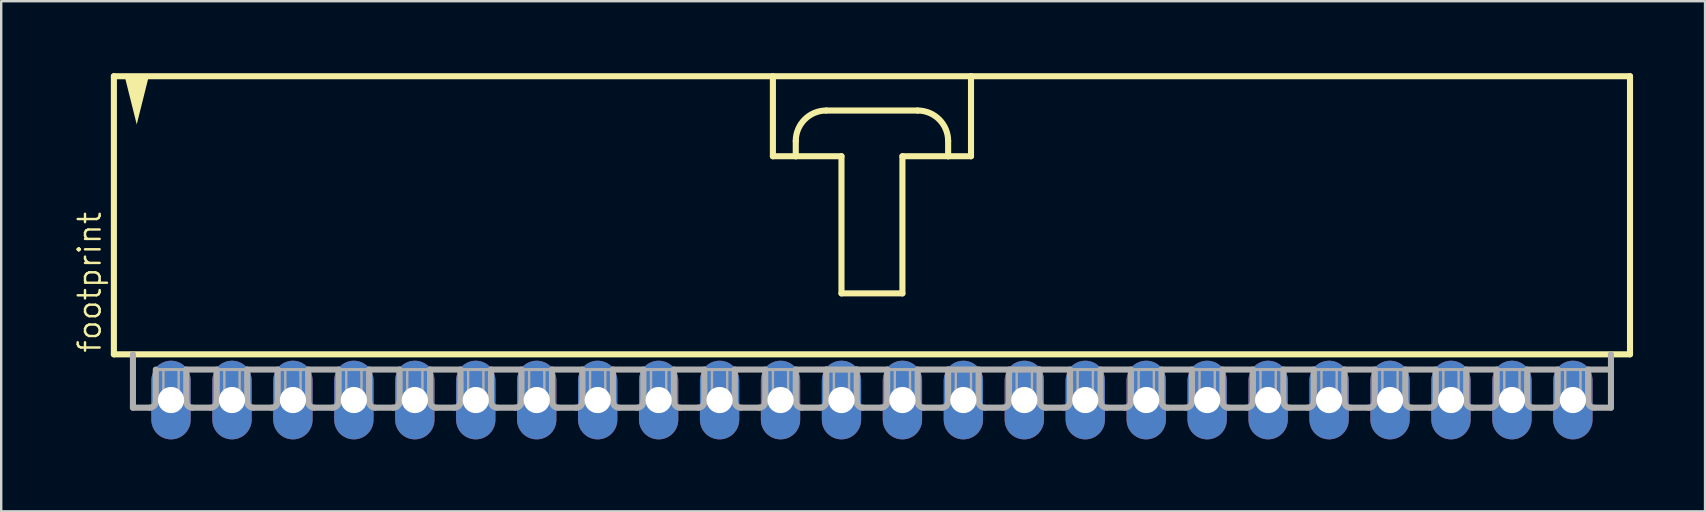
<source format=kicad_pcb>
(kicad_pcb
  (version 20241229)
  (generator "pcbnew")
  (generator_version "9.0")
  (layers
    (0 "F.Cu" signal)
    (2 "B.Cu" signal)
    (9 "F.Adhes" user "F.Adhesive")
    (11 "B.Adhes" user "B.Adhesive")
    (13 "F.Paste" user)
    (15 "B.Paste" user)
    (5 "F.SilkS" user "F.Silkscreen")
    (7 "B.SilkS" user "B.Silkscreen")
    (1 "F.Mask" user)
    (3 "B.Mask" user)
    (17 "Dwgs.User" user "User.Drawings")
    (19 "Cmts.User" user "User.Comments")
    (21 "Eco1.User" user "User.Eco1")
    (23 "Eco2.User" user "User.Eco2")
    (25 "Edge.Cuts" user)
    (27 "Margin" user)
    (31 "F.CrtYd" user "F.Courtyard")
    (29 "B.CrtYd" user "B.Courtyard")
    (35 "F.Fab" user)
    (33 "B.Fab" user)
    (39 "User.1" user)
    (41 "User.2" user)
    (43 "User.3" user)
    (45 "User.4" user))
  (footprint "footprint"
    (layer "F.Cu")
    (at 33.287 6.001)
    (property "Reference" "footprint" (at -32.068 5.715 90) (layer "F.SilkS") (effects (font (size 0.914 0.914) (thickness 0.102)) (justify left bottom)))
    (fp_line (start -31.591 -5.874) (end -31.591 5.715) (stroke (width 0.254) (type solid)) (layer "F.SilkS"))
    (fp_line (start -31.591 5.715) (end 31.591 5.715) (stroke (width 0.254) (type solid)) (layer "F.SilkS"))
    (fp_line (start -4.128 -5.874) (end -4.128 -2.54) (stroke (width 0.254) (type solid)) (layer "F.SilkS"))
    (fp_line (start -4.128 -2.54) (end -3.175 -2.54) (stroke (width 0.254) (type solid)) (layer "F.SilkS"))
    (fp_line (start -3.175 -2.54) (end -3.175 -3.175) (stroke (width 0.254) (type solid)) (layer "F.SilkS"))
    (fp_line (start -3.175 -2.54) (end -1.27 -2.54) (stroke (width 0.254) (type solid)) (layer "F.SilkS"))
    (fp_line (start -1.905 -4.445) (end 1.905 -4.445) (stroke (width 0.254) (type solid)) (layer "F.SilkS"))
    (fp_line (start -1.27 -2.54) (end -1.27 3.175) (stroke (width 0.254) (type solid)) (layer "F.SilkS"))
    (fp_line (start -1.27 3.175) (end 1.27 3.175) (stroke (width 0.254) (type solid)) (layer "F.SilkS"))
    (fp_line (start 1.27 -2.54) (end 3.175 -2.54) (stroke (width 0.254) (type solid)) (layer "F.SilkS"))
    (fp_line (start 1.27 3.175) (end 1.27 -2.54) (stroke (width 0.254) (type solid)) (layer "F.SilkS"))
    (fp_line (start 3.175 -3.175) (end 3.175 -2.54) (stroke (width 0.254) (type solid)) (layer "F.SilkS"))
    (fp_line (start 3.175 -2.54) (end 4.128 -2.54) (stroke (width 0.254) (type solid)) (layer "F.SilkS"))
    (fp_line (start 4.128 -5.874) (end -31.591 -5.874) (stroke (width 0.254) (type solid)) (layer "F.SilkS"))
    (fp_line (start 4.128 -2.54) (end 4.128 -5.874) (stroke (width 0.254) (type solid)) (layer "F.SilkS"))
    (fp_line (start 31.591 -5.874) (end 4.128 -5.874) (stroke (width 0.254) (type solid)) (layer "F.SilkS"))
    (fp_line (start 31.591 5.715) (end 31.591 -5.874) (stroke (width 0.254) (type solid)) (layer "F.SilkS"))
    (fp_arc (start -3.175 -3.175) (mid -2.803026 -4.073026) (end -1.905 -4.445) (stroke (width 0.254) (type solid)) (layer "F.SilkS"))
    (fp_arc (start 1.905 -4.445) (mid 2.803026 -4.073026) (end 3.175 -3.175) (stroke (width 0.254) (type solid)) (layer "F.SilkS"))
    (fp_poly (pts (xy -30.639 -3.864) (xy -31.148 -5.899) (xy -30.13 -5.899)) (stroke (width 0) (type solid)) (fill yes) (layer "F.SilkS"))
    (fp_line (start -30.797 5.715) (end -30.797 7.938) (stroke (width 0.254) (type solid)) (layer "F.Fab"))
    (fp_line (start -30.099 7.938) (end -30.797 7.938) (stroke (width 0.254) (type solid)) (layer "F.Fab"))
    (fp_line (start -29.845 6.35) (end -29.845 7.684) (stroke (width 0.254) (type solid)) (layer "F.Fab"))
    (fp_line (start -29.845 6.35) (end -28.575 6.35) (stroke (width 0.127) (type solid)) (layer "F.Fab"))
    (fp_line (start -28.575 6.35) (end -28.575 7.684) (stroke (width 0.254) (type solid)) (layer "F.Fab"))
    (fp_line (start -28.575 6.35) (end -27.305 6.35) (stroke (width 0.254) (type solid)) (layer "F.Fab"))
    (fp_line (start -27.559 7.938) (end -28.321 7.938) (stroke (width 0.254) (type solid)) (layer "F.Fab"))
    (fp_line (start -27.305 6.35) (end -27.305 7.684) (stroke (width 0.254) (type solid)) (layer "F.Fab"))
    (fp_line (start -27.305 6.35) (end -26.035 6.35) (stroke (width 0.127) (type solid)) (layer "F.Fab"))
    (fp_line (start -26.035 6.35) (end -26.035 7.684) (stroke (width 0.254) (type solid)) (layer "F.Fab"))
    (fp_line (start -26.035 6.35) (end -24.765 6.35) (stroke (width 0.254) (type solid)) (layer "F.Fab"))
    (fp_line (start -25.019 7.938) (end -25.781 7.938) (stroke (width 0.254) (type solid)) (layer "F.Fab"))
    (fp_line (start -24.765 6.35) (end -24.765 7.684) (stroke (width 0.254) (type solid)) (layer "F.Fab"))
    (fp_line (start -24.765 6.35) (end -23.495 6.35) (stroke (width 0.127) (type solid)) (layer "F.Fab"))
    (fp_line (start -23.495 6.35) (end -23.495 7.684) (stroke (width 0.254) (type solid)) (layer "F.Fab"))
    (fp_line (start -23.495 6.35) (end -22.225 6.35) (stroke (width 0.254) (type solid)) (layer "F.Fab"))
    (fp_line (start -22.479 7.938) (end -23.241 7.938) (stroke (width 0.254) (type solid)) (layer "F.Fab"))
    (fp_line (start -22.225 6.35) (end -22.225 7.684) (stroke (width 0.254) (type solid)) (layer "F.Fab"))
    (fp_line (start -22.225 6.35) (end -20.955 6.35) (stroke (width 0.127) (type solid)) (layer "F.Fab"))
    (fp_line (start -20.955 6.35) (end -20.955 7.684) (stroke (width 0.254) (type solid)) (layer "F.Fab"))
    (fp_line (start -20.955 6.35) (end -19.685 6.35) (stroke (width 0.254) (type solid)) (layer "F.Fab"))
    (fp_line (start -19.939 7.938) (end -20.701 7.938) (stroke (width 0.254) (type solid)) (layer "F.Fab"))
    (fp_line (start -19.685 6.35) (end -19.685 7.684) (stroke (width 0.254) (type solid)) (layer "F.Fab"))
    (fp_line (start -19.685 6.35) (end -18.415 6.35) (stroke (width 0.127) (type solid)) (layer "F.Fab"))
    (fp_line (start -18.415 6.35) (end -18.415 7.684) (stroke (width 0.254) (type solid)) (layer "F.Fab"))
    (fp_line (start -18.415 6.35) (end -17.145 6.35) (stroke (width 0.254) (type solid)) (layer "F.Fab"))
    (fp_line (start -17.399 7.938) (end -18.161 7.938) (stroke (width 0.254) (type solid)) (layer "F.Fab"))
    (fp_line (start -17.145 6.35) (end -17.145 7.684) (stroke (width 0.254) (type solid)) (layer "F.Fab"))
    (fp_line (start -17.145 6.35) (end -15.875 6.35) (stroke (width 0.127) (type solid)) (layer "F.Fab"))
    (fp_line (start -15.875 6.35) (end -15.875 7.684) (stroke (width 0.254) (type solid)) (layer "F.Fab"))
    (fp_line (start -15.875 6.35) (end -14.605 6.35) (stroke (width 0.254) (type solid)) (layer "F.Fab"))
    (fp_line (start -14.859 7.938) (end -15.621 7.938) (stroke (width 0.254) (type solid)) (layer "F.Fab"))
    (fp_line (start -14.605 6.35) (end -14.605 7.684) (stroke (width 0.254) (type solid)) (layer "F.Fab"))
    (fp_line (start -14.605 6.35) (end -13.335 6.35) (stroke (width 0.127) (type solid)) (layer "F.Fab"))
    (fp_line (start -13.335 6.35) (end -13.335 7.684) (stroke (width 0.254) (type solid)) (layer "F.Fab"))
    (fp_line (start -13.335 6.35) (end -12.065 6.35) (stroke (width 0.254) (type solid)) (layer "F.Fab"))
    (fp_line (start -12.319 7.938) (end -13.081 7.938) (stroke (width 0.254) (type solid)) (layer "F.Fab"))
    (fp_line (start -12.065 6.35) (end -12.065 7.684) (stroke (width 0.254) (type solid)) (layer "F.Fab"))
    (fp_line (start -12.065 6.35) (end -10.795 6.35) (stroke (width 0.127) (type solid)) (layer "F.Fab"))
    (fp_line (start -10.795 6.35) (end -10.795 7.684) (stroke (width 0.254) (type solid)) (layer "F.Fab"))
    (fp_line (start -10.795 6.35) (end -9.525 6.35) (stroke (width 0.254) (type solid)) (layer "F.Fab"))
    (fp_line (start -9.779 7.938) (end -10.541 7.938) (stroke (width 0.254) (type solid)) (layer "F.Fab"))
    (fp_line (start -9.525 6.35) (end -9.525 7.684) (stroke (width 0.254) (type solid)) (layer "F.Fab"))
    (fp_line (start -9.525 6.35) (end -8.255 6.35) (stroke (width 0.127) (type solid)) (layer "F.Fab"))
    (fp_line (start -8.255 6.35) (end -8.255 7.684) (stroke (width 0.254) (type solid)) (layer "F.Fab"))
    (fp_line (start -8.255 6.35) (end -6.985 6.35) (stroke (width 0.254) (type solid)) (layer "F.Fab"))
    (fp_line (start -7.239 7.938) (end -8.001 7.938) (stroke (width 0.254) (type solid)) (layer "F.Fab"))
    (fp_line (start -6.985 6.35) (end -6.985 7.684) (stroke (width 0.254) (type solid)) (layer "F.Fab"))
    (fp_line (start -6.985 6.35) (end -5.715 6.35) (stroke (width 0.127) (type solid)) (layer "F.Fab"))
    (fp_line (start -5.715 6.35) (end -5.715 7.684) (stroke (width 0.254) (type solid)) (layer "F.Fab"))
    (fp_line (start -5.715 6.35) (end -4.445 6.35) (stroke (width 0.254) (type solid)) (layer "F.Fab"))
    (fp_line (start -4.699 7.938) (end -5.461 7.938) (stroke (width 0.254) (type solid)) (layer "F.Fab"))
    (fp_line (start -4.445 6.35) (end -4.445 7.684) (stroke (width 0.254) (type solid)) (layer "F.Fab"))
    (fp_line (start -4.445 6.35) (end -3.175 6.35) (stroke (width 0.127) (type solid)) (layer "F.Fab"))
    (fp_line (start -3.175 6.35) (end -3.175 7.684) (stroke (width 0.254) (type solid)) (layer "F.Fab"))
    (fp_line (start -3.175 6.35) (end -1.905 6.35) (stroke (width 0.254) (type solid)) (layer "F.Fab"))
    (fp_line (start -2.159 7.938) (end -2.921 7.938) (stroke (width 0.254) (type solid)) (layer "F.Fab"))
    (fp_line (start -1.905 6.35) (end -1.905 7.684) (stroke (width 0.254) (type solid)) (layer "F.Fab"))
    (fp_line (start -1.905 6.35) (end -0.635 6.35) (stroke (width 0.254) (type solid)) (layer "F.Fab"))
    (fp_line (start -0.635 6.35) (end -0.635 7.684) (stroke (width 0.254) (type solid)) (layer "F.Fab"))
    (fp_line (start -0.635 6.35) (end 0.635 6.35) (stroke (width 0.254) (type solid)) (layer "F.Fab"))
    (fp_line (start 0.381 7.938) (end -0.381 7.938) (stroke (width 0.254) (type solid)) (layer "F.Fab"))
    (fp_line (start 0.635 6.35) (end 0.635 7.684) (stroke (width 0.254) (type solid)) (layer "F.Fab"))
    (fp_line (start 0.635 6.35) (end 1.905 6.35) (stroke (width 0.127) (type solid)) (layer "F.Fab"))
    (fp_line (start 1.905 6.35) (end 1.905 7.684) (stroke (width 0.254) (type solid)) (layer "F.Fab"))
    (fp_line (start 1.905 6.35) (end 3.175 6.35) (stroke (width 0.254) (type solid)) (layer "F.Fab"))
    (fp_line (start 2.921 7.938) (end 2.159 7.938) (stroke (width 0.254) (type solid)) (layer "F.Fab"))
    (fp_line (start 3.175 6.35) (end 3.175 7.684) (stroke (width 0.254) (type solid)) (layer "F.Fab"))
    (fp_line (start 3.175 6.35) (end 6.985 6.35) (stroke (width 0.254) (type solid)) (layer "F.Fab"))
    (fp_line (start 4.445 6.35) (end 4.445 7.684) (stroke (width 0.254) (type solid)) (layer "F.Fab"))
    (fp_line (start 5.461 7.938) (end 4.699 7.938) (stroke (width 0.254) (type solid)) (layer "F.Fab"))
    (fp_line (start 5.715 6.35) (end 5.715 7.684) (stroke (width 0.254) (type solid)) (layer "F.Fab"))
    (fp_line (start 6.985 6.35) (end 6.985 7.684) (stroke (width 0.254) (type solid)) (layer "F.Fab"))
    (fp_line (start 6.985 6.35) (end 8.255 6.35) (stroke (width 0.254) (type solid)) (layer "F.Fab"))
    (fp_line (start 7.239 7.938) (end 8.001 7.938) (stroke (width 0.254) (type solid)) (layer "F.Fab"))
    (fp_line (start 8.255 6.35) (end 9.525 6.35) (stroke (width 0.127) (type solid)) (layer "F.Fab"))
    (fp_line (start 8.255 7.684) (end 8.255 6.35) (stroke (width 0.254) (type solid)) (layer "F.Fab"))
    (fp_line (start 9.525 6.35) (end 9.525 7.684) (stroke (width 0.254) (type solid)) (layer "F.Fab"))
    (fp_line (start 9.525 6.35) (end 10.795 6.35) (stroke (width 0.254) (type solid)) (layer "F.Fab"))
    (fp_line (start 9.779 7.938) (end 10.541 7.938) (stroke (width 0.254) (type solid)) (layer "F.Fab"))
    (fp_line (start 10.795 6.35) (end 12.065 6.35) (stroke (width 0.127) (type solid)) (layer "F.Fab"))
    (fp_line (start 10.795 7.684) (end 10.795 6.35) (stroke (width 0.254) (type solid)) (layer "F.Fab"))
    (fp_line (start 12.065 6.35) (end 12.065 7.684) (stroke (width 0.254) (type solid)) (layer "F.Fab"))
    (fp_line (start 12.065 6.35) (end 13.335 6.35) (stroke (width 0.254) (type solid)) (layer "F.Fab"))
    (fp_line (start 12.319 7.938) (end 13.081 7.938) (stroke (width 0.254) (type solid)) (layer "F.Fab"))
    (fp_line (start 13.335 6.35) (end 14.605 6.35) (stroke (width 0.127) (type solid)) (layer "F.Fab"))
    (fp_line (start 13.335 7.684) (end 13.335 6.35) (stroke (width 0.254) (type solid)) (layer "F.Fab"))
    (fp_line (start 14.605 6.35) (end 14.605 7.684) (stroke (width 0.254) (type solid)) (layer "F.Fab"))
    (fp_line (start 14.605 6.35) (end 15.875 6.35) (stroke (width 0.254) (type solid)) (layer "F.Fab"))
    (fp_line (start 14.859 7.938) (end 15.621 7.938) (stroke (width 0.254) (type solid)) (layer "F.Fab"))
    (fp_line (start 15.875 6.35) (end 17.145 6.35) (stroke (width 0.127) (type solid)) (layer "F.Fab"))
    (fp_line (start 15.875 7.684) (end 15.875 6.35) (stroke (width 0.254) (type solid)) (layer "F.Fab"))
    (fp_line (start 17.145 6.35) (end 17.145 7.684) (stroke (width 0.254) (type solid)) (layer "F.Fab"))
    (fp_line (start 17.145 6.35) (end 18.415 6.35) (stroke (width 0.254) (type solid)) (layer "F.Fab"))
    (fp_line (start 17.399 7.938) (end 18.161 7.938) (stroke (width 0.254) (type solid)) (layer "F.Fab"))
    (fp_line (start 18.415 6.35) (end 19.685 6.35) (stroke (width 0.127) (type solid)) (layer "F.Fab"))
    (fp_line (start 18.415 7.684) (end 18.415 6.35) (stroke (width 0.254) (type solid)) (layer "F.Fab"))
    (fp_line (start 19.685 6.35) (end 19.685 7.684) (stroke (width 0.254) (type solid)) (layer "F.Fab"))
    (fp_line (start 19.685 6.35) (end 20.955 6.35) (stroke (width 0.254) (type solid)) (layer "F.Fab"))
    (fp_line (start 19.939 7.938) (end 20.701 7.938) (stroke (width 0.254) (type solid)) (layer "F.Fab"))
    (fp_line (start 20.955 6.35) (end 22.225 6.35) (stroke (width 0.127) (type solid)) (layer "F.Fab"))
    (fp_line (start 20.955 7.684) (end 20.955 6.35) (stroke (width 0.254) (type solid)) (layer "F.Fab"))
    (fp_line (start 22.225 6.35) (end 22.225 7.684) (stroke (width 0.254) (type solid)) (layer "F.Fab"))
    (fp_line (start 22.225 6.35) (end 23.495 6.35) (stroke (width 0.254) (type solid)) (layer "F.Fab"))
    (fp_line (start 22.479 7.938) (end 23.241 7.938) (stroke (width 0.254) (type solid)) (layer "F.Fab"))
    (fp_line (start 23.495 6.35) (end 24.765 6.35) (stroke (width 0.127) (type solid)) (layer "F.Fab"))
    (fp_line (start 23.495 7.684) (end 23.495 6.35) (stroke (width 0.254) (type solid)) (layer "F.Fab"))
    (fp_line (start 24.765 6.35) (end 24.765 7.684) (stroke (width 0.254) (type solid)) (layer "F.Fab"))
    (fp_line (start 24.765 6.35) (end 26.035 6.35) (stroke (width 0.254) (type solid)) (layer "F.Fab"))
    (fp_line (start 25.019 7.938) (end 25.781 7.938) (stroke (width 0.254) (type solid)) (layer "F.Fab"))
    (fp_line (start 26.035 6.35) (end 27.305 6.35) (stroke (width 0.127) (type solid)) (layer "F.Fab"))
    (fp_line (start 26.035 7.684) (end 26.035 6.35) (stroke (width 0.254) (type solid)) (layer "F.Fab"))
    (fp_line (start 27.305 6.35) (end 27.305 7.684) (stroke (width 0.254) (type solid)) (layer "F.Fab"))
    (fp_line (start 27.305 6.35) (end 28.575 6.35) (stroke (width 0.254) (type solid)) (layer "F.Fab"))
    (fp_line (start 27.559 7.938) (end 28.321 7.938) (stroke (width 0.254) (type solid)) (layer "F.Fab"))
    (fp_line (start 28.575 6.35) (end 29.845 6.35) (stroke (width 0.127) (type solid)) (layer "F.Fab"))
    (fp_line (start 28.575 7.684) (end 28.575 6.35) (stroke (width 0.254) (type solid)) (layer "F.Fab"))
    (fp_line (start 29.845 6.35) (end 29.845 7.684) (stroke (width 0.254) (type solid)) (layer "F.Fab"))
    (fp_line (start 29.845 6.35) (end 30.797 6.35) (stroke (width 0.254) (type solid)) (layer "F.Fab"))
    (fp_line (start 30.099 7.938) (end 30.797 7.938) (stroke (width 0.254) (type solid)) (layer "F.Fab"))
    (fp_line (start 30.797 6.35) (end 30.797 5.715) (stroke (width 0.254) (type solid)) (layer "F.Fab"))
    (fp_line (start 30.797 7.938) (end 30.797 6.35) (stroke (width 0.254) (type solid)) (layer "F.Fab"))
    (fp_arc (start -29.845 7.6835) (mid -29.919395 7.863105) (end -30.099 7.9375) (stroke (width 0.254) (type solid)) (layer "F.Fab"))
    (fp_arc (start -28.321 7.9375) (mid -28.500605 7.863105) (end -28.575 7.6835) (stroke (width 0.254) (type solid)) (layer "F.Fab"))
    (fp_arc (start -27.305 7.6835) (mid -27.379395 7.863105) (end -27.559 7.9375) (stroke (width 0.254) (type solid)) (layer "F.Fab"))
    (fp_arc (start -25.781 7.9375) (mid -25.960605 7.863105) (end -26.035 7.6835) (stroke (width 0.254) (type solid)) (layer "F.Fab"))
    (fp_arc (start -24.765 7.6835) (mid -24.839395 7.863105) (end -25.019 7.9375) (stroke (width 0.254) (type solid)) (layer "F.Fab"))
    (fp_arc (start -23.241 7.9375) (mid -23.420605 7.863105) (end -23.495 7.6835) (stroke (width 0.254) (type solid)) (layer "F.Fab"))
    (fp_arc (start -22.225 7.6835) (mid -22.299395 7.863105) (end -22.479 7.9375) (stroke (width 0.254) (type solid)) (layer "F.Fab"))
    (fp_arc (start -20.701 7.9375) (mid -20.880605 7.863105) (end -20.955 7.6835) (stroke (width 0.254) (type solid)) (layer "F.Fab"))
    (fp_arc (start -19.685 7.6835) (mid -19.759395 7.863105) (end -19.939 7.9375) (stroke (width 0.254) (type solid)) (layer "F.Fab"))
    (fp_arc (start -18.161 7.9375) (mid -18.340605 7.863105) (end -18.415 7.6835) (stroke (width 0.254) (type solid)) (layer "F.Fab"))
    (fp_arc (start -17.145 7.6835) (mid -17.219395 7.863105) (end -17.399 7.9375) (stroke (width 0.254) (type solid)) (layer "F.Fab"))
    (fp_arc (start -15.621 7.9375) (mid -15.800605 7.863105) (end -15.875 7.6835) (stroke (width 0.254) (type solid)) (layer "F.Fab"))
    (fp_arc (start -14.605 7.6835) (mid -14.679395 7.863105) (end -14.859 7.9375) (stroke (width 0.254) (type solid)) (layer "F.Fab"))
    (fp_arc (start -13.081 7.9375) (mid -13.260605 7.863105) (end -13.335 7.6835) (stroke (width 0.254) (type solid)) (layer "F.Fab"))
    (fp_arc (start -12.065 7.6835) (mid -12.139395 7.863105) (end -12.319 7.9375) (stroke (width 0.254) (type solid)) (layer "F.Fab"))
    (fp_arc (start -10.541 7.9375) (mid -10.720605 7.863105) (end -10.795 7.6835) (stroke (width 0.254) (type solid)) (layer "F.Fab"))
    (fp_arc (start -9.525 7.6835) (mid -9.599395 7.863105) (end -9.779 7.9375) (stroke (width 0.254) (type solid)) (layer "F.Fab"))
    (fp_arc (start -8.001 7.9375) (mid -8.180605 7.863105) (end -8.255 7.6835) (stroke (width 0.254) (type solid)) (layer "F.Fab"))
    (fp_arc (start -6.985 7.6835) (mid -7.059395 7.863105) (end -7.239 7.9375) (stroke (width 0.254) (type solid)) (layer "F.Fab"))
    (fp_arc (start -5.461 7.9375) (mid -5.640605 7.863105) (end -5.715 7.6835) (stroke (width 0.254) (type solid)) (layer "F.Fab"))
    (fp_arc (start -4.445 7.6835) (mid -4.519395 7.863105) (end -4.699 7.9375) (stroke (width 0.254) (type solid)) (layer "F.Fab"))
    (fp_arc (start -2.921 7.9375) (mid -3.100605 7.863105) (end -3.175 7.6835) (stroke (width 0.254) (type solid)) (layer "F.Fab"))
    (fp_arc (start -1.905 7.6835) (mid -1.979395 7.863105) (end -2.159 7.9375) (stroke (width 0.254) (type solid)) (layer "F.Fab"))
    (fp_arc (start -0.381 7.9375) (mid -0.560605 7.863105) (end -0.635 7.6835) (stroke (width 0.254) (type solid)) (layer "F.Fab"))
    (fp_arc (start 0.635 7.6835) (mid 0.560605 7.863105) (end 0.381 7.9375) (stroke (width 0.254) (type solid)) (layer "F.Fab"))
    (fp_arc (start 2.159 7.9375) (mid 1.979395 7.863105) (end 1.905 7.6835) (stroke (width 0.254) (type solid)) (layer "F.Fab"))
    (fp_arc (start 3.175 7.6835) (mid 3.100605 7.863105) (end 2.921 7.9375) (stroke (width 0.254) (type solid)) (layer "F.Fab"))
    (fp_arc (start 4.699 7.9375) (mid 4.519395 7.863105) (end 4.445 7.6835) (stroke (width 0.254) (type solid)) (layer "F.Fab"))
    (fp_arc (start 5.715 7.6835) (mid 5.640605 7.863105) (end 5.461 7.9375) (stroke (width 0.254) (type solid)) (layer "F.Fab"))
    (fp_arc (start 7.239 7.9375) (mid 7.059395 7.863105) (end 6.985 7.6835) (stroke (width 0.254) (type solid)) (layer "F.Fab"))
    (fp_arc (start 8.255 7.6835) (mid 8.180605 7.863105) (end 8.001 7.9375) (stroke (width 0.254) (type solid)) (layer "F.Fab"))
    (fp_arc (start 9.779 7.9375) (mid 9.599395 7.863105) (end 9.525 7.6835) (stroke (width 0.254) (type solid)) (layer "F.Fab"))
    (fp_arc (start 10.795 7.6835) (mid 10.720605 7.863105) (end 10.541 7.9375) (stroke (width 0.254) (type solid)) (layer "F.Fab"))
    (fp_arc (start 12.319 7.9375) (mid 12.139395 7.863105) (end 12.065 7.6835) (stroke (width 0.254) (type solid)) (layer "F.Fab"))
    (fp_arc (start 13.335 7.6835) (mid 13.260605 7.863105) (end 13.081 7.9375) (stroke (width 0.254) (type solid)) (layer "F.Fab"))
    (fp_arc (start 14.859 7.9375) (mid 14.679395 7.863105) (end 14.605 7.6835) (stroke (width 0.254) (type solid)) (layer "F.Fab"))
    (fp_arc (start 15.875 7.6835) (mid 15.800605 7.863105) (end 15.621 7.9375) (stroke (width 0.254) (type solid)) (layer "F.Fab"))
    (fp_arc (start 17.399 7.9375) (mid 17.219395 7.863105) (end 17.145 7.6835) (stroke (width 0.254) (type solid)) (layer "F.Fab"))
    (fp_arc (start 18.415 7.6835) (mid 18.340605 7.863105) (end 18.161 7.9375) (stroke (width 0.254) (type solid)) (layer "F.Fab"))
    (fp_arc (start 19.939 7.9375) (mid 19.759395 7.863105) (end 19.685 7.6835) (stroke (width 0.254) (type solid)) (layer "F.Fab"))
    (fp_arc (start 20.955 7.6835) (mid 20.880605 7.863105) (end 20.701 7.9375) (stroke (width 0.254) (type solid)) (layer "F.Fab"))
    (fp_arc (start 22.479 7.9375) (mid 22.299395 7.863105) (end 22.225 7.6835) (stroke (width 0.254) (type solid)) (layer "F.Fab"))
    (fp_arc (start 23.495 7.6835) (mid 23.420605 7.863105) (end 23.241 7.9375) (stroke (width 0.254) (type solid)) (layer "F.Fab"))
    (fp_arc (start 25.019 7.9375) (mid 24.839395 7.863105) (end 24.765 7.6835) (stroke (width 0.254) (type solid)) (layer "F.Fab"))
    (fp_arc (start 26.035 7.6835) (mid 25.960605 7.863105) (end 25.781 7.9375) (stroke (width 0.254) (type solid)) (layer "F.Fab"))
    (fp_arc (start 27.559 7.9375) (mid 27.379395 7.863105) (end 27.305 7.6835) (stroke (width 0.254) (type solid)) (layer "F.Fab"))
    (fp_arc (start 28.575 7.6835) (mid 28.500605 7.863105) (end 28.321 7.9375) (stroke (width 0.254) (type solid)) (layer "F.Fab"))
    (fp_arc (start 30.099 7.9375) (mid 29.919395 7.863105) (end 29.845 7.6835) (stroke (width 0.254) (type solid)) (layer "F.Fab"))
    (fp_poly (pts (xy -29.527 7.62) (xy -28.892 7.62) (xy -28.892 6.35) (xy -29.527 6.35)) (stroke (width 0.1) (type solid)) (fill no) (layer "F.Fab"))
    (fp_poly (pts (xy -26.988 7.62) (xy -26.352 7.62) (xy -26.352 6.35) (xy -26.988 6.35)) (stroke (width 0.1) (type solid)) (fill no) (layer "F.Fab"))
    (fp_poly (pts (xy -24.448 7.62) (xy -23.812 7.62) (xy -23.812 6.35) (xy -24.448 6.35)) (stroke (width 0.1) (type solid)) (fill no) (layer "F.Fab"))
    (fp_poly (pts (xy -21.907 7.62) (xy -21.273 7.62) (xy -21.273 6.35) (xy -21.907 6.35)) (stroke (width 0.1) (type solid)) (fill no) (layer "F.Fab"))
    (fp_poly (pts (xy -19.367 7.62) (xy -18.733 7.62) (xy -18.733 6.35) (xy -19.367 6.35)) (stroke (width 0.1) (type solid)) (fill no) (layer "F.Fab"))
    (fp_poly (pts (xy -16.828 7.62) (xy -16.192 7.62) (xy -16.192 6.35) (xy -16.828 6.35)) (stroke (width 0.1) (type solid)) (fill no) (layer "F.Fab"))
    (fp_poly (pts (xy -14.287 7.62) (xy -13.652 7.62) (xy -13.652 6.35) (xy -14.287 6.35)) (stroke (width 0.1) (type solid)) (fill no) (layer "F.Fab"))
    (fp_poly (pts (xy -11.748 7.62) (xy -11.113 7.62) (xy -11.113 6.35) (xy -11.748 6.35)) (stroke (width 0.1) (type solid)) (fill no) (layer "F.Fab"))
    (fp_poly (pts (xy -9.207 7.62) (xy -8.572 7.62) (xy -8.572 6.35) (xy -9.207 6.35)) (stroke (width 0.1) (type solid)) (fill no) (layer "F.Fab"))
    (fp_poly (pts (xy -6.668 7.62) (xy -6.032 7.62) (xy -6.032 6.35) (xy -6.668 6.35)) (stroke (width 0.1) (type solid)) (fill no) (layer "F.Fab"))
    (fp_poly (pts (xy -4.128 7.62) (xy -3.493 7.62) (xy -3.493 6.35) (xy -4.128 6.35)) (stroke (width 0.1) (type solid)) (fill no) (layer "F.Fab"))
    (fp_poly (pts (xy -1.587 7.62) (xy -0.953 7.62) (xy -0.953 6.35) (xy -1.587 6.35)) (stroke (width 0.1) (type solid)) (fill no) (layer "F.Fab"))
    (fp_poly (pts (xy 0.953 7.62) (xy 1.587 7.62) (xy 1.587 6.35) (xy 0.953 6.35)) (stroke (width 0.1) (type solid)) (fill no) (layer "F.Fab"))
    (fp_poly (pts (xy 3.493 7.62) (xy 4.128 7.62) (xy 4.128 6.35) (xy 3.493 6.35)) (stroke (width 0.1) (type solid)) (fill no) (layer "F.Fab"))
    (fp_poly (pts (xy 6.032 7.62) (xy 6.668 7.62) (xy 6.668 6.35) (xy 6.032 6.35)) (stroke (width 0.1) (type solid)) (fill no) (layer "F.Fab"))
    (fp_poly (pts (xy 8.572 7.62) (xy 9.207 7.62) (xy 9.207 6.35) (xy 8.572 6.35)) (stroke (width 0.1) (type solid)) (fill no) (layer "F.Fab"))
    (fp_poly (pts (xy 11.113 7.62) (xy 11.748 7.62) (xy 11.748 6.35) (xy 11.113 6.35)) (stroke (width 0.1) (type solid)) (fill no) (layer "F.Fab"))
    (fp_poly (pts (xy 13.652 7.62) (xy 14.287 7.62) (xy 14.287 6.35) (xy 13.652 6.35)) (stroke (width 0.1) (type solid)) (fill no) (layer "F.Fab"))
    (fp_poly (pts (xy 16.192 7.62) (xy 16.828 7.62) (xy 16.828 6.35) (xy 16.192 6.35)) (stroke (width 0.1) (type solid)) (fill no) (layer "F.Fab"))
    (fp_poly (pts (xy 18.733 7.62) (xy 19.367 7.62) (xy 19.367 6.35) (xy 18.733 6.35)) (stroke (width 0.1) (type solid)) (fill no) (layer "F.Fab"))
    (fp_poly (pts (xy 21.273 7.62) (xy 21.907 7.62) (xy 21.907 6.35) (xy 21.273 6.35)) (stroke (width 0.1) (type solid)) (fill no) (layer "F.Fab"))
    (fp_poly (pts (xy 23.812 7.62) (xy 24.448 7.62) (xy 24.448 6.35) (xy 23.812 6.35)) (stroke (width 0.1) (type solid)) (fill no) (layer "F.Fab"))
    (fp_poly (pts (xy 26.352 7.62) (xy 26.988 7.62) (xy 26.988 6.35) (xy 26.352 6.35)) (stroke (width 0.1) (type solid)) (fill no) (layer "F.Fab"))
    (fp_poly (pts (xy 28.892 7.62) (xy 29.527 7.62) (xy 29.527 6.35) (xy 28.892 6.35)) (stroke (width 0.1) (type solid)) (fill no) (layer "F.Fab"))
    (pad "1" thru_hole oval (at -29.21 7.62 90) (size 3.277 1.638) (drill 1.092) (layers "*.Cu" "*.Mask"))
    (pad "2" thru_hole oval (at -26.67 7.62 90) (size 3.277 1.638) (drill 1.092) (layers "*.Cu" "*.Mask"))
    (pad "3" thru_hole oval (at -24.13 7.62 270) (size 3.277 1.638) (drill 1.092) (layers "*.Cu" "*.Mask"))
    (pad "4" thru_hole oval (at -21.59 7.62 270) (size 3.277 1.638) (drill 1.092) (layers "*.Cu" "*.Mask"))
    (pad "5" thru_hole oval (at -19.05 7.62 90) (size 3.277 1.638) (drill 1.092) (layers "*.Cu" "*.Mask"))
    (pad "6" thru_hole oval (at -16.51 7.62 90) (size 3.277 1.638) (drill 1.092) (layers "*.Cu" "*.Mask"))
    (pad "7" thru_hole oval (at -13.97 7.62 90) (size 3.277 1.638) (drill 1.092) (layers "*.Cu" "*.Mask"))
    (pad "8" thru_hole oval (at -11.43 7.62 90) (size 3.277 1.638) (drill 1.092) (layers "*.Cu" "*.Mask"))
    (pad "9" thru_hole oval (at -8.89 7.62 90) (size 3.277 1.638) (drill 1.092) (layers "*.Cu" "*.Mask"))
    (pad "10" thru_hole oval (at -6.35 7.62 90) (size 3.277 1.638) (drill 1.092) (layers "*.Cu" "*.Mask"))
    (pad "11" thru_hole oval (at -3.81 7.62 90) (size 3.277 1.638) (drill 1.092) (layers "*.Cu" "*.Mask"))
    (pad "12" thru_hole oval (at -1.27 7.62 90) (size 3.277 1.638) (drill 1.092) (layers "*.Cu" "*.Mask"))
    (pad "13" thru_hole oval (at 1.27 7.62 90) (size 3.277 1.638) (drill 1.092) (layers "*.Cu" "*.Mask"))
    (pad "14" thru_hole oval (at 3.81 7.62 90) (size 3.277 1.638) (drill 1.092) (layers "*.Cu" "*.Mask"))
    (pad "15" thru_hole oval (at 6.35 7.62 90) (size 3.277 1.638) (drill 1.092) (layers "*.Cu" "*.Mask"))
    (pad "16" thru_hole oval (at 8.89 7.62 90) (size 3.277 1.638) (drill 1.092) (layers "*.Cu" "*.Mask"))
    (pad "17" thru_hole oval (at 11.43 7.62 90) (size 3.277 1.638) (drill 1.092) (layers "*.Cu" "*.Mask"))
    (pad "18" thru_hole oval (at 13.97 7.62 90) (size 3.277 1.638) (drill 1.092) (layers "*.Cu" "*.Mask"))
    (pad "19" thru_hole oval (at 16.51 7.62 90) (size 3.277 1.638) (drill 1.092) (layers "*.Cu" "*.Mask"))
    (pad "20" thru_hole oval (at 19.05 7.62 90) (size 3.277 1.638) (drill 1.092) (layers "*.Cu" "*.Mask"))
    (pad "21" thru_hole oval (at 21.59 7.62 90) (size 3.277 1.638) (drill 1.092) (layers "*.Cu" "*.Mask"))
    (pad "22" thru_hole oval (at 24.13 7.62 90) (size 3.277 1.638) (drill 1.092) (layers "*.Cu" "*.Mask"))
    (pad "23" thru_hole oval (at 26.67 7.62 90) (size 3.277 1.638) (drill 1.092) (layers "*.Cu" "*.Mask"))
    (pad "24" thru_hole oval (at 29.21 7.62 90) (size 3.277 1.638) (drill 1.092) (layers "*.Cu" "*.Mask")))
  (gr_rect
    (start -3 -3)
    (end 68.005 18.259)
    (stroke (width 0.1) (type default))
    (fill no)
    (layer "Edge.Cuts")))
</source>
